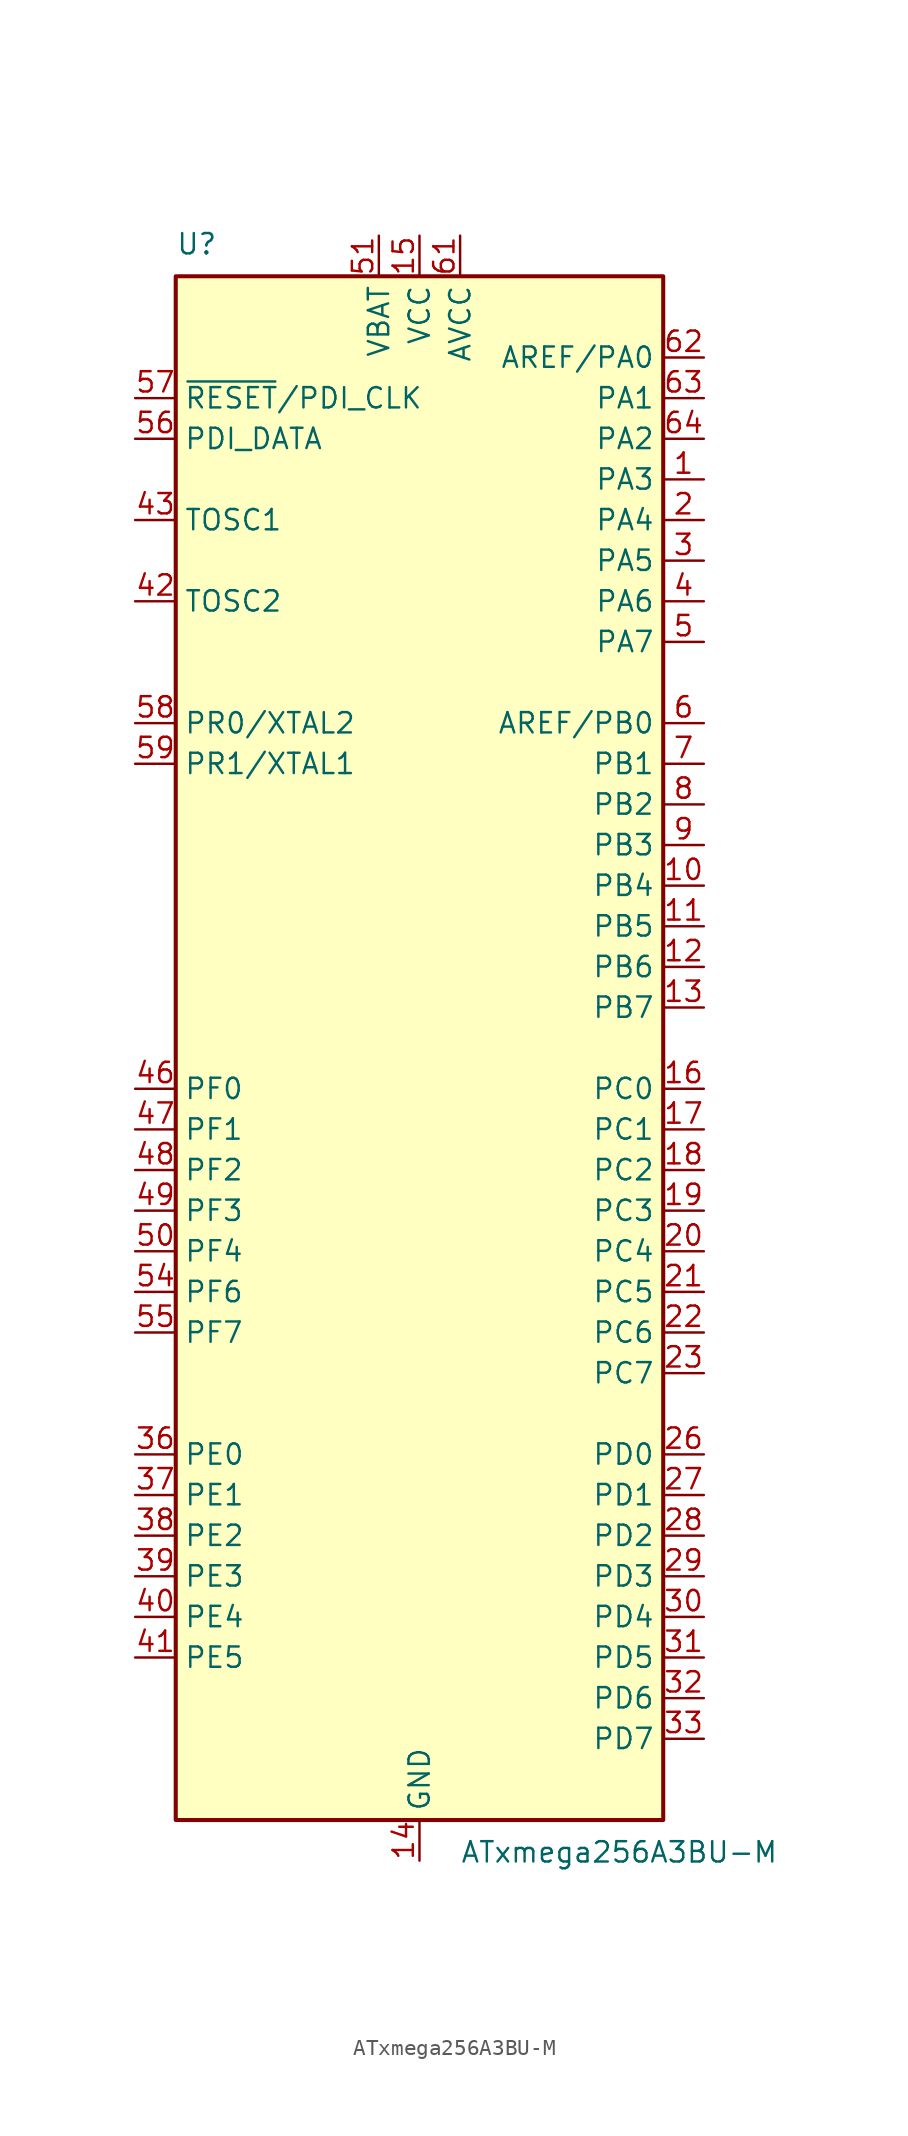
<source format=kicad_sym>
(kicad_symbol_lib
  (version 20201005)
  (generator kicad_symbol_editor)
  (symbol "ATxmega256A3BU-M"
    (property "Reference" "U"
      (at -15.24 49.53 0)
      (effects (font (size 1.27 1.27)) (justify left bottom)))
    (property "Value" "ATxmega256A3BU-M"
      (at 2.54 -49.53 0)
      (effects (font (size 1.27 1.27)) (justify left top)))
    (symbol "ATxmega256A3BU-M_0_1"
      (rectangle (start -15.24 -48.26) (end 15.24 48.26) (stroke (width 0.254)) (fill (type background))))
    (symbol "ATxmega256A3BU-M_1_1"
      (pin bidirectional line (at 17.78 35.56 180) (length 2.54) (name "PA3" (effects (font (size 1.27 1.27)))) (number "1" (effects (font (size 1.27 1.27)))))
      (pin bidirectional line (at 17.78 10.16 180) (length 2.54) (name "PB4" (effects (font (size 1.27 1.27)))) (number "10" (effects (font (size 1.27 1.27)))))
      (pin bidirectional line (at 17.78 7.62 180) (length 2.54) (name "PB5" (effects (font (size 1.27 1.27)))) (number "11" (effects (font (size 1.27 1.27)))))
      (pin bidirectional line (at 17.78 5.08 180) (length 2.54) (name "PB6" (effects (font (size 1.27 1.27)))) (number "12" (effects (font (size 1.27 1.27)))))
      (pin bidirectional line (at 17.78 2.54 180) (length 2.54) (name "PB7" (effects (font (size 1.27 1.27)))) (number "13" (effects (font (size 1.27 1.27)))))
      (pin power_in line (at 0 -50.8 90) (length 2.54) (name "GND" (effects (font (size 1.27 1.27)))) (number "14" (effects (font (size 1.27 1.27)))))
      (pin power_in line (at 0 50.8 270) (length 2.54) (name "VCC" (effects (font (size 1.27 1.27)))) (number "15" (effects (font (size 1.27 1.27)))))
      (pin bidirectional line (at 17.78 -2.54 180) (length 2.54) (name "PC0" (effects (font (size 1.27 1.27)))) (number "16" (effects (font (size 1.27 1.27)))))
      (pin bidirectional line (at 17.78 -5.08 180) (length 2.54) (name "PC1" (effects (font (size 1.27 1.27)))) (number "17" (effects (font (size 1.27 1.27)))))
      (pin bidirectional line (at 17.78 -7.62 180) (length 2.54) (name "PC2" (effects (font (size 1.27 1.27)))) (number "18" (effects (font (size 1.27 1.27)))))
      (pin bidirectional line (at 17.78 -10.16 180) (length 2.54) (name "PC3" (effects (font (size 1.27 1.27)))) (number "19" (effects (font (size 1.27 1.27)))))
      (pin bidirectional line (at 17.78 33.02 180) (length 2.54) (name "PA4" (effects (font (size 1.27 1.27)))) (number "2" (effects (font (size 1.27 1.27)))))
      (pin bidirectional line (at 17.78 -12.7 180) (length 2.54) (name "PC4" (effects (font (size 1.27 1.27)))) (number "20" (effects (font (size 1.27 1.27)))))
      (pin bidirectional line (at 17.78 -15.24 180) (length 2.54) (name "PC5" (effects (font (size 1.27 1.27)))) (number "21" (effects (font (size 1.27 1.27)))))
      (pin bidirectional line (at 17.78 -17.78 180) (length 2.54) (name "PC6" (effects (font (size 1.27 1.27)))) (number "22" (effects (font (size 1.27 1.27)))))
      (pin bidirectional line (at 17.78 -20.32 180) (length 2.54) (name "PC7" (effects (font (size 1.27 1.27)))) (number "23" (effects (font (size 1.27 1.27)))))
      (pin passive line (at 0 -50.8 90) (length 2.54) hide (name "GND" (effects (font (size 1.27 1.27)))) (number "24" (effects (font (size 1.27 1.27)))))
      (pin passive line (at 0 50.8 270) (length 2.54) hide (name "VCC" (effects (font (size 1.27 1.27)))) (number "25" (effects (font (size 1.27 1.27)))))
      (pin bidirectional line (at 17.78 -25.4 180) (length 2.54) (name "PD0" (effects (font (size 1.27 1.27)))) (number "26" (effects (font (size 1.27 1.27)))))
      (pin bidirectional line (at 17.78 -27.94 180) (length 2.54) (name "PD1" (effects (font (size 1.27 1.27)))) (number "27" (effects (font (size 1.27 1.27)))))
      (pin bidirectional line (at 17.78 -30.48 180) (length 2.54) (name "PD2" (effects (font (size 1.27 1.27)))) (number "28" (effects (font (size 1.27 1.27)))))
      (pin bidirectional line (at 17.78 -33.02 180) (length 2.54) (name "PD3" (effects (font (size 1.27 1.27)))) (number "29" (effects (font (size 1.27 1.27)))))
      (pin bidirectional line (at 17.78 30.48 180) (length 2.54) (name "PA5" (effects (font (size 1.27 1.27)))) (number "3" (effects (font (size 1.27 1.27)))))
      (pin bidirectional line (at 17.78 -35.56 180) (length 2.54) (name "PD4" (effects (font (size 1.27 1.27)))) (number "30" (effects (font (size 1.27 1.27)))))
      (pin bidirectional line (at 17.78 -38.1 180) (length 2.54) (name "PD5" (effects (font (size 1.27 1.27)))) (number "31" (effects (font (size 1.27 1.27)))))
      (pin bidirectional line (at 17.78 -40.64 180) (length 2.54) (name "PD6" (effects (font (size 1.27 1.27)))) (number "32" (effects (font (size 1.27 1.27)))))
      (pin bidirectional line (at 17.78 -43.18 180) (length 2.54) (name "PD7" (effects (font (size 1.27 1.27)))) (number "33" (effects (font (size 1.27 1.27)))))
      (pin passive line (at 0 -50.8 90) (length 2.54) hide (name "GND" (effects (font (size 1.27 1.27)))) (number "34" (effects (font (size 1.27 1.27)))))
      (pin passive line (at 0 50.8 270) (length 2.54) hide (name "VCC" (effects (font (size 1.27 1.27)))) (number "35" (effects (font (size 1.27 1.27)))))
      (pin bidirectional line (at -17.78 -25.4 0) (length 2.54) (name "PE0" (effects (font (size 1.27 1.27)))) (number "36" (effects (font (size 1.27 1.27)))))
      (pin bidirectional line (at -17.78 -27.94 0) (length 2.54) (name "PE1" (effects (font (size 1.27 1.27)))) (number "37" (effects (font (size 1.27 1.27)))))
      (pin bidirectional line (at -17.78 -30.48 0) (length 2.54) (name "PE2" (effects (font (size 1.27 1.27)))) (number "38" (effects (font (size 1.27 1.27)))))
      (pin bidirectional line (at -17.78 -33.02 0) (length 2.54) (name "PE3" (effects (font (size 1.27 1.27)))) (number "39" (effects (font (size 1.27 1.27)))))
      (pin bidirectional line (at 17.78 27.94 180) (length 2.54) (name "PA6" (effects (font (size 1.27 1.27)))) (number "4" (effects (font (size 1.27 1.27)))))
      (pin bidirectional line (at -17.78 -35.56 0) (length 2.54) (name "PE4" (effects (font (size 1.27 1.27)))) (number "40" (effects (font (size 1.27 1.27)))))
      (pin bidirectional line (at -17.78 -38.1 0) (length 2.54) (name "PE5" (effects (font (size 1.27 1.27)))) (number "41" (effects (font (size 1.27 1.27)))))
      (pin passive line (at -17.78 27.94 0) (length 2.54) (name "TOSC2" (effects (font (size 1.27 1.27)))) (number "42" (effects (font (size 1.27 1.27)))))
      (pin input line (at -17.78 33.02 0) (length 2.54) (name "TOSC1" (effects (font (size 1.27 1.27)))) (number "43" (effects (font (size 1.27 1.27)))))
      (pin passive line (at 0 -50.8 90) (length 2.54) hide (name "GND" (effects (font (size 1.27 1.27)))) (number "44" (effects (font (size 1.27 1.27)))))
      (pin passive line (at 0 50.8 270) (length 2.54) hide (name "VCC" (effects (font (size 1.27 1.27)))) (number "45" (effects (font (size 1.27 1.27)))))
      (pin bidirectional line (at -17.78 -2.54 0) (length 2.54) (name "PF0" (effects (font (size 1.27 1.27)))) (number "46" (effects (font (size 1.27 1.27)))))
      (pin bidirectional line (at -17.78 -5.08 0) (length 2.54) (name "PF1" (effects (font (size 1.27 1.27)))) (number "47" (effects (font (size 1.27 1.27)))))
      (pin bidirectional line (at -17.78 -7.62 0) (length 2.54) (name "PF2" (effects (font (size 1.27 1.27)))) (number "48" (effects (font (size 1.27 1.27)))))
      (pin bidirectional line (at -17.78 -10.16 0) (length 2.54) (name "PF3" (effects (font (size 1.27 1.27)))) (number "49" (effects (font (size 1.27 1.27)))))
      (pin bidirectional line (at 17.78 25.4 180) (length 2.54) (name "PA7" (effects (font (size 1.27 1.27)))) (number "5" (effects (font (size 1.27 1.27)))))
      (pin bidirectional line (at -17.78 -12.7 0) (length 2.54) (name "PF4" (effects (font (size 1.27 1.27)))) (number "50" (effects (font (size 1.27 1.27)))))
      (pin power_in line (at -2.54 50.8 270) (length 2.54) (name "VBAT" (effects (font (size 1.27 1.27)))) (number "51" (effects (font (size 1.27 1.27)))))
      (pin passive line (at 0 -50.8 90) (length 2.54) hide (name "GND" (effects (font (size 1.27 1.27)))) (number "52" (effects (font (size 1.27 1.27)))))
      (pin passive line (at 0 50.8 270) (length 2.54) hide (name "VCC" (effects (font (size 1.27 1.27)))) (number "53" (effects (font (size 1.27 1.27)))))
      (pin bidirectional line (at -17.78 -15.24 0) (length 2.54) (name "PF6" (effects (font (size 1.27 1.27)))) (number "54" (effects (font (size 1.27 1.27)))))
      (pin bidirectional line (at -17.78 -17.78 0) (length 2.54) (name "PF7" (effects (font (size 1.27 1.27)))) (number "55" (effects (font (size 1.27 1.27)))))
      (pin bidirectional line (at -17.78 38.1 0) (length 2.54) (name "PDI_DATA" (effects (font (size 1.27 1.27)))) (number "56" (effects (font (size 1.27 1.27)))))
      (pin input line (at -17.78 40.64 0) (length 2.54) (name "~RESET~/PDI_CLK" (effects (font (size 1.27 1.27)))) (number "57" (effects (font (size 1.27 1.27)))))
      (pin bidirectional line (at -17.78 20.32 0) (length 2.54) (name "PR0/XTAL2" (effects (font (size 1.27 1.27)))) (number "58" (effects (font (size 1.27 1.27)))))
      (pin bidirectional line (at -17.78 17.78 0) (length 2.54) (name "PR1/XTAL1" (effects (font (size 1.27 1.27)))) (number "59" (effects (font (size 1.27 1.27)))))
      (pin bidirectional line (at 17.78 20.32 180) (length 2.54) (name "AREF/PB0" (effects (font (size 1.27 1.27)))) (number "6" (effects (font (size 1.27 1.27)))))
      (pin passive line (at 0 -50.8 90) (length 2.54) hide (name "GND" (effects (font (size 1.27 1.27)))) (number "60" (effects (font (size 1.27 1.27)))))
      (pin power_in line (at 2.54 50.8 270) (length 2.54) (name "AVCC" (effects (font (size 1.27 1.27)))) (number "61" (effects (font (size 1.27 1.27)))))
      (pin bidirectional line (at 17.78 43.18 180) (length 2.54) (name "AREF/PA0" (effects (font (size 1.27 1.27)))) (number "62" (effects (font (size 1.27 1.27)))))
      (pin bidirectional line (at 17.78 40.64 180) (length 2.54) (name "PA1" (effects (font (size 1.27 1.27)))) (number "63" (effects (font (size 1.27 1.27)))))
      (pin bidirectional line (at 17.78 38.1 180) (length 2.54) (name "PA2" (effects (font (size 1.27 1.27)))) (number "64" (effects (font (size 1.27 1.27)))))
      (pin passive line (at 0 -50.8 90) (length 2.54) hide (name "GND" (effects (font (size 1.27 1.27)))) (number "65" (effects (font (size 1.27 1.27)))))
      (pin bidirectional line (at 17.78 17.78 180) (length 2.54) (name "PB1" (effects (font (size 1.27 1.27)))) (number "7" (effects (font (size 1.27 1.27)))))
      (pin bidirectional line (at 17.78 15.24 180) (length 2.54) (name "PB2" (effects (font (size 1.27 1.27)))) (number "8" (effects (font (size 1.27 1.27)))))
      (pin bidirectional line (at 17.78 12.7 180) (length 2.54) (name "PB3" (effects (font (size 1.27 1.27)))) (number "9" (effects (font (size 1.27 1.27))))))))
</source>
